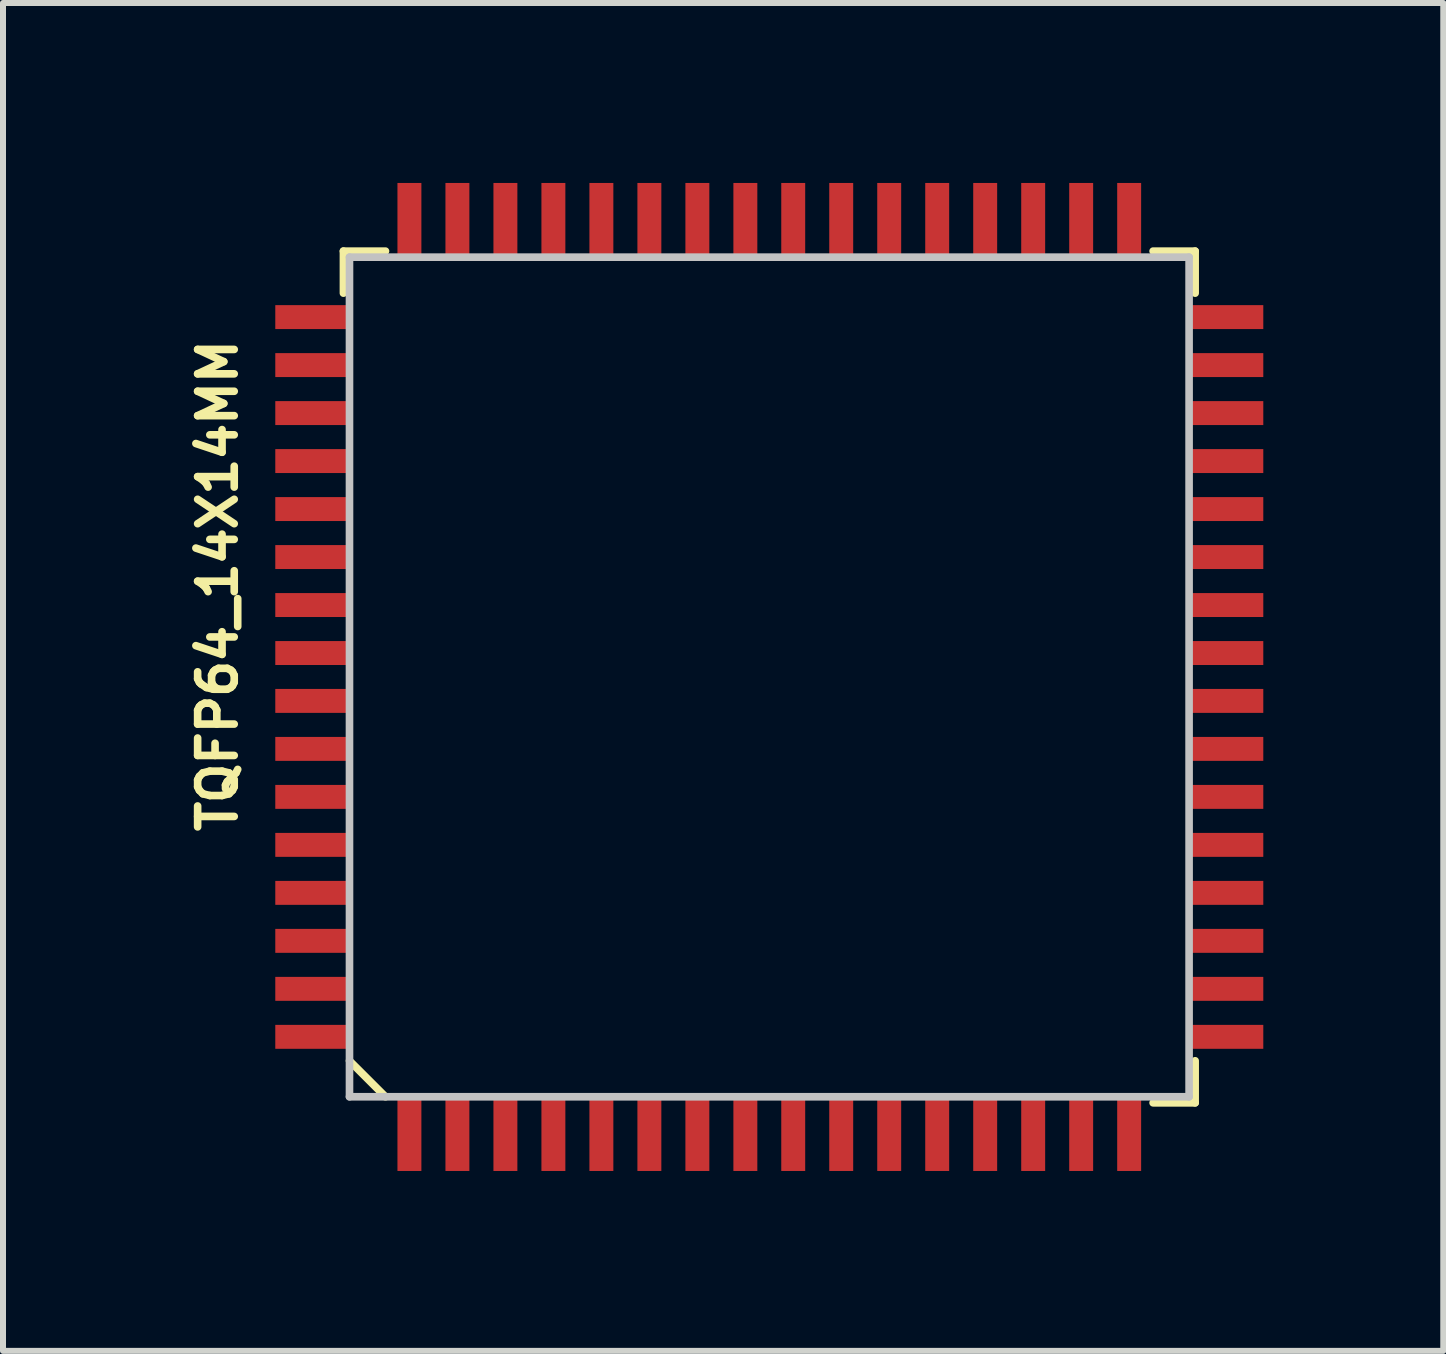
<source format=kicad_pcb>
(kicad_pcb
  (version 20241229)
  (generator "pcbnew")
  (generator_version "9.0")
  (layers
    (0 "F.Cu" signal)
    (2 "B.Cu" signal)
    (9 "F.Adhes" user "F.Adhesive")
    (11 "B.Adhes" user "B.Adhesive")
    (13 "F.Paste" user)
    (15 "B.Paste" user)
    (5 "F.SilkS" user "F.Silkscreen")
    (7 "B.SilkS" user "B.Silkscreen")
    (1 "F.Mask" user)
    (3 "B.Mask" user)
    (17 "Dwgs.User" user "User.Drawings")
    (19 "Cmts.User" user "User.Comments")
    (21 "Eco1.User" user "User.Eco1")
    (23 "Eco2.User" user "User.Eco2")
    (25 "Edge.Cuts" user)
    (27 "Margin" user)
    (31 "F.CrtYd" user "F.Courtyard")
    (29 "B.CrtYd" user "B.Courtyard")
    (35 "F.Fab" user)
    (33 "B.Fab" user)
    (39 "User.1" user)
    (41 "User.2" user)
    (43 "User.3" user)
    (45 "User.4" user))
  (footprint "TQFP64_14X14MM"
    (layer "F.Cu")
    (at 9.774 8.235)
    (property "Reference" "TQFP64_14X14MM" (at -9.195 -1.524 90) (layer "F.SilkS") (effects (font (size 0.61 0.61) (thickness 0.127))))
    (attr smd)
    (fp_line (start -7.099 -7.099) (end -6.398 -7.099) (stroke (width 0.127) (type solid)) (layer "F.SilkS"))
    (fp_line (start -7.099 -6.398) (end -7.099 -7.099) (stroke (width 0.127) (type solid)) (layer "F.SilkS"))
    (fp_line (start -6.998 6.398) (end -6.398 6.998) (stroke (width 0.127) (type solid)) (layer "F.SilkS"))
    (fp_line (start 6.398 -7.099) (end 7.099 -7.099) (stroke (width 0.127) (type solid)) (layer "F.SilkS"))
    (fp_line (start 7.099 -7.099) (end 7.099 -6.398) (stroke (width 0.127) (type solid)) (layer "F.SilkS"))
    (fp_line (start 7.099 6.398) (end 7.099 7.099) (stroke (width 0.127) (type solid)) (layer "F.SilkS"))
    (fp_line (start 7.099 7.099) (end 6.398 7.099) (stroke (width 0.127) (type solid)) (layer "F.SilkS"))
    (fp_line (start -6.998 -6.998) (end -6.998 6.998) (stroke (width 0.127) (type solid)) (layer "Dwgs.User"))
    (fp_line (start -6.998 6.998) (end 6.998 6.998) (stroke (width 0.127) (type solid)) (layer "Dwgs.User"))
    (fp_line (start 6.998 -6.998) (end -6.998 -6.998) (stroke (width 0.127) (type solid)) (layer "Dwgs.User"))
    (fp_line (start 6.998 6.998) (end 6.998 -6.998) (stroke (width 0.127) (type solid)) (layer "Dwgs.User"))
    (pad "1" smd rect (at -5.999 7.6 90) (size 1.27 0.399) (layers "F.Cu" "F.Mask" "F.Paste"))
    (pad "2" smd rect (at -5.199 7.6 90) (size 1.27 0.399) (layers "F.Cu" "F.Mask" "F.Paste"))
    (pad "3" smd rect (at -4.399 7.6 90) (size 1.27 0.399) (layers "F.Cu" "F.Mask" "F.Paste"))
    (pad "4" smd rect (at -3.599 7.6 90) (size 1.27 0.399) (layers "F.Cu" "F.Mask" "F.Paste"))
    (pad "5" smd rect (at -2.799 7.6 90) (size 1.27 0.399) (layers "F.Cu" "F.Mask" "F.Paste"))
    (pad "6" smd rect (at -1.999 7.6 90) (size 1.27 0.399) (layers "F.Cu" "F.Mask" "F.Paste"))
    (pad "7" smd rect (at -1.199 7.6 90) (size 1.27 0.399) (layers "F.Cu" "F.Mask" "F.Paste"))
    (pad "8" smd rect (at -0.399 7.6 90) (size 1.27 0.399) (layers "F.Cu" "F.Mask" "F.Paste"))
    (pad "9" smd rect (at 0.399 7.6 90) (size 1.27 0.399) (layers "F.Cu" "F.Mask" "F.Paste"))
    (pad "10" smd rect (at 1.199 7.6 90) (size 1.27 0.399) (layers "F.Cu" "F.Mask" "F.Paste"))
    (pad "11" smd rect (at 1.999 7.6 90) (size 1.27 0.399) (layers "F.Cu" "F.Mask" "F.Paste"))
    (pad "12" smd rect (at 2.799 7.6 90) (size 1.27 0.399) (layers "F.Cu" "F.Mask" "F.Paste"))
    (pad "13" smd rect (at 3.599 7.6 90) (size 1.27 0.399) (layers "F.Cu" "F.Mask" "F.Paste"))
    (pad "14" smd rect (at 4.399 7.6 90) (size 1.27 0.399) (layers "F.Cu" "F.Mask" "F.Paste"))
    (pad "15" smd rect (at 5.199 7.6 90) (size 1.27 0.399) (layers "F.Cu" "F.Mask" "F.Paste"))
    (pad "16" smd rect (at 5.999 7.6 90) (size 1.27 0.399) (layers "F.Cu" "F.Mask" "F.Paste"))
    (pad "17" smd rect (at 7.6 5.999 180) (size 1.27 0.399) (layers "F.Cu" "F.Mask" "F.Paste"))
    (pad "18" smd rect (at 7.6 5.199 180) (size 1.27 0.399) (layers "F.Cu" "F.Mask" "F.Paste"))
    (pad "19" smd rect (at 7.6 4.399 180) (size 1.27 0.399) (layers "F.Cu" "F.Mask" "F.Paste"))
    (pad "20" smd rect (at 7.6 3.599 180) (size 1.27 0.399) (layers "F.Cu" "F.Mask" "F.Paste"))
    (pad "21" smd rect (at 7.6 2.799 180) (size 1.27 0.399) (layers "F.Cu" "F.Mask" "F.Paste"))
    (pad "22" smd rect (at 7.6 1.999 180) (size 1.27 0.399) (layers "F.Cu" "F.Mask" "F.Paste"))
    (pad "23" smd rect (at 7.6 1.199 180) (size 1.27 0.399) (layers "F.Cu" "F.Mask" "F.Paste"))
    (pad "24" smd rect (at 7.6 0.399 180) (size 1.27 0.399) (layers "F.Cu" "F.Mask" "F.Paste"))
    (pad "25" smd rect (at 7.6 -0.399 180) (size 1.27 0.399) (layers "F.Cu" "F.Mask" "F.Paste"))
    (pad "26" smd rect (at 7.6 -1.199 180) (size 1.27 0.399) (layers "F.Cu" "F.Mask" "F.Paste"))
    (pad "27" smd rect (at 7.6 -1.999 180) (size 1.27 0.399) (layers "F.Cu" "F.Mask" "F.Paste"))
    (pad "28" smd rect (at 7.6 -2.799 180) (size 1.27 0.399) (layers "F.Cu" "F.Mask" "F.Paste"))
    (pad "29" smd rect (at 7.6 -3.599 180) (size 1.27 0.399) (layers "F.Cu" "F.Mask" "F.Paste"))
    (pad "30" smd rect (at 7.6 -4.399 180) (size 1.27 0.399) (layers "F.Cu" "F.Mask" "F.Paste"))
    (pad "31" smd rect (at 7.6 -5.199 180) (size 1.27 0.399) (layers "F.Cu" "F.Mask" "F.Paste"))
    (pad "32" smd rect (at 7.6 -5.999 180) (size 1.27 0.399) (layers "F.Cu" "F.Mask" "F.Paste"))
    (pad "33" smd rect (at 5.999 -7.6 270) (size 1.27 0.399) (layers "F.Cu" "F.Mask" "F.Paste"))
    (pad "34" smd rect (at 5.199 -7.6 270) (size 1.27 0.399) (layers "F.Cu" "F.Mask" "F.Paste"))
    (pad "35" smd rect (at 4.399 -7.6 270) (size 1.27 0.399) (layers "F.Cu" "F.Mask" "F.Paste"))
    (pad "36" smd rect (at 3.599 -7.6 270) (size 1.27 0.399) (layers "F.Cu" "F.Mask" "F.Paste"))
    (pad "37" smd rect (at 2.799 -7.6 270) (size 1.27 0.399) (layers "F.Cu" "F.Mask" "F.Paste"))
    (pad "38" smd rect (at 1.999 -7.6 270) (size 1.27 0.399) (layers "F.Cu" "F.Mask" "F.Paste"))
    (pad "39" smd rect (at 1.199 -7.6 270) (size 1.27 0.399) (layers "F.Cu" "F.Mask" "F.Paste"))
    (pad "40" smd rect (at 0.399 -7.6 270) (size 1.27 0.399) (layers "F.Cu" "F.Mask" "F.Paste"))
    (pad "41" smd rect (at -0.399 -7.6 270) (size 1.27 0.399) (layers "F.Cu" "F.Mask" "F.Paste"))
    (pad "42" smd rect (at -1.199 -7.6 270) (size 1.27 0.399) (layers "F.Cu" "F.Mask" "F.Paste"))
    (pad "43" smd rect (at -1.999 -7.6 270) (size 1.27 0.399) (layers "F.Cu" "F.Mask" "F.Paste"))
    (pad "44" smd rect (at -2.799 -7.6 270) (size 1.27 0.399) (layers "F.Cu" "F.Mask" "F.Paste"))
    (pad "45" smd rect (at -3.599 -7.6 270) (size 1.27 0.399) (layers "F.Cu" "F.Mask" "F.Paste"))
    (pad "46" smd rect (at -4.399 -7.6 270) (size 1.27 0.399) (layers "F.Cu" "F.Mask" "F.Paste"))
    (pad "47" smd rect (at -5.199 -7.6 270) (size 1.27 0.399) (layers "F.Cu" "F.Mask" "F.Paste"))
    (pad "48" smd rect (at -5.999 -7.6 270) (size 1.27 0.399) (layers "F.Cu" "F.Mask" "F.Paste"))
    (pad "49" smd rect (at -7.6 -5.999) (size 1.27 0.399) (layers "F.Cu" "F.Mask" "F.Paste"))
    (pad "50" smd rect (at -7.6 -5.199) (size 1.27 0.399) (layers "F.Cu" "F.Mask" "F.Paste"))
    (pad "51" smd rect (at -7.6 -4.399) (size 1.27 0.399) (layers "F.Cu" "F.Mask" "F.Paste"))
    (pad "52" smd rect (at -7.6 -3.599) (size 1.27 0.399) (layers "F.Cu" "F.Mask" "F.Paste"))
    (pad "53" smd rect (at -7.6 -2.799) (size 1.27 0.399) (layers "F.Cu" "F.Mask" "F.Paste"))
    (pad "54" smd rect (at -7.6 -1.999) (size 1.27 0.399) (layers "F.Cu" "F.Mask" "F.Paste"))
    (pad "55" smd rect (at -7.6 -1.199) (size 1.27 0.399) (layers "F.Cu" "F.Mask" "F.Paste"))
    (pad "56" smd rect (at -7.6 -0.399) (size 1.27 0.399) (layers "F.Cu" "F.Mask" "F.Paste"))
    (pad "57" smd rect (at -7.6 0.399) (size 1.27 0.399) (layers "F.Cu" "F.Mask" "F.Paste"))
    (pad "58" smd rect (at -7.6 1.199) (size 1.27 0.399) (layers "F.Cu" "F.Mask" "F.Paste"))
    (pad "59" smd rect (at -7.6 1.999) (size 1.27 0.399) (layers "F.Cu" "F.Mask" "F.Paste"))
    (pad "60" smd rect (at -7.6 2.799) (size 1.27 0.399) (layers "F.Cu" "F.Mask" "F.Paste"))
    (pad "61" smd rect (at -7.6 3.599) (size 1.27 0.399) (layers "F.Cu" "F.Mask" "F.Paste"))
    (pad "62" smd rect (at -7.6 4.399) (size 1.27 0.399) (layers "F.Cu" "F.Mask" "F.Paste"))
    (pad "63" smd rect (at -7.6 5.199) (size 1.27 0.399) (layers "F.Cu" "F.Mask" "F.Paste"))
    (pad "64" smd rect (at -7.6 5.999) (size 1.27 0.399) (layers "F.Cu" "F.Mask" "F.Paste")))
  (gr_rect
    (start -3 -3)
    (end 21.009 19.469)
    (stroke (width 0.1) (type default))
    (fill no)
    (layer "Edge.Cuts")))
</source>
